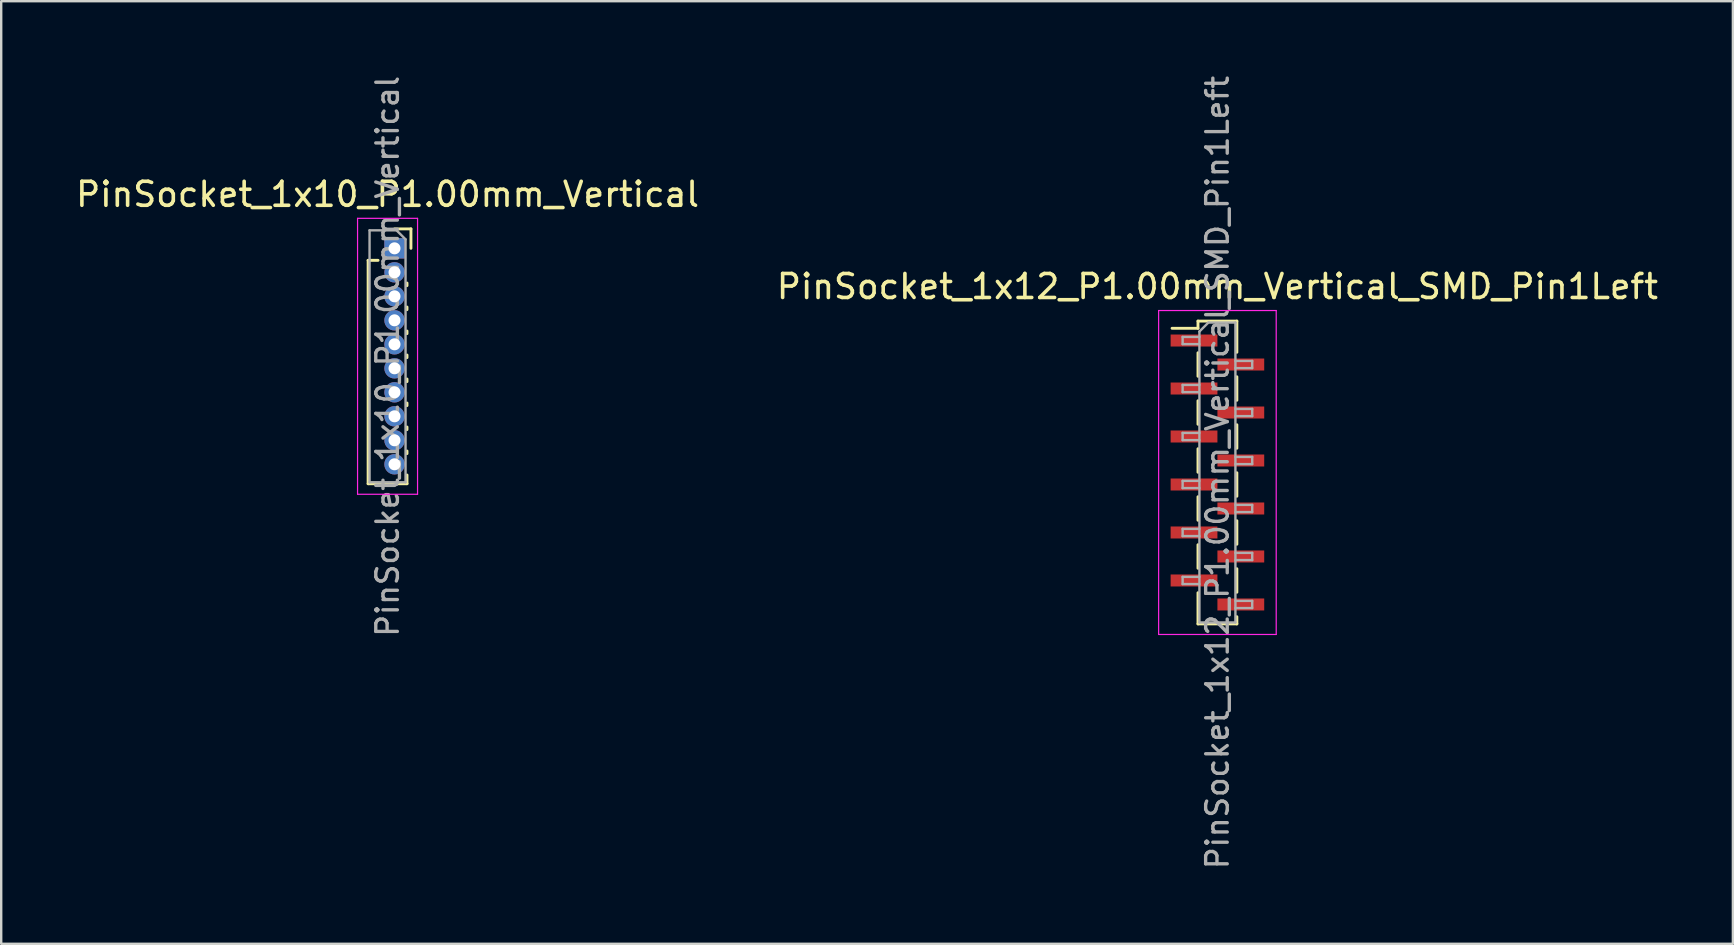
<source format=kicad_pcb>
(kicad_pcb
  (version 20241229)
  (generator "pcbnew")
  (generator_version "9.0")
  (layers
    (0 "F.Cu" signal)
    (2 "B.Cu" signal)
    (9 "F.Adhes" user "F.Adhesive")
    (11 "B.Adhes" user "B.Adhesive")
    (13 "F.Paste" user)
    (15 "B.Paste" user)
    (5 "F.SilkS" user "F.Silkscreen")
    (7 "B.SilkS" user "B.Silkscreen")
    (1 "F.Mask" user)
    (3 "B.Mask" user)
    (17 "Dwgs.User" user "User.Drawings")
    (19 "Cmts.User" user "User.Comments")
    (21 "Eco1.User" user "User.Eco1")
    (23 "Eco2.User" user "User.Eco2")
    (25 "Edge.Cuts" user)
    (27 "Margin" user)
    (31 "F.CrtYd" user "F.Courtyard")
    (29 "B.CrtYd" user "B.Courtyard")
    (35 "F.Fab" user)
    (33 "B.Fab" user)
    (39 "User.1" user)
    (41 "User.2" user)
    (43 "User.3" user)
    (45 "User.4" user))
  (footprint "PinSocket_1x10_P1.00mm_Vertical"
    (layer "F.Cu")
    (at 13.391 7.299)
    (property "Reference" "PinSocket_1x10_P1.00mm_Vertical" (at -0.29 -2.25 0) (layer "F.SilkS") (effects (font (size 1 1) (thickness 0.15))))
    (attr through_hole)
    (fp_line (start -1.1 0.5) (end -1.1 9.81) (stroke (width 0.12) (type solid)) (layer "F.SilkS"))
    (fp_line (start -1.1 0.5) (end -0.685 0.5) (stroke (width 0.12) (type solid)) (layer "F.SilkS"))
    (fp_line (start -1.1 9.81) (end 0.52 9.81) (stroke (width 0.12) (type solid)) (layer "F.SilkS"))
    (fp_line (start 0 -0.81) (end 0.685 -0.81) (stroke (width 0.12) (type solid)) (layer "F.SilkS"))
    (fp_line (start 0.52 1.446) (end 0.52 1.554) (stroke (width 0.12) (type solid)) (layer "F.SilkS"))
    (fp_line (start 0.52 2.446) (end 0.52 2.554) (stroke (width 0.12) (type solid)) (layer "F.SilkS"))
    (fp_line (start 0.52 3.446) (end 0.52 3.554) (stroke (width 0.12) (type solid)) (layer "F.SilkS"))
    (fp_line (start 0.52 4.446) (end 0.52 4.554) (stroke (width 0.12) (type solid)) (layer "F.SilkS"))
    (fp_line (start 0.52 5.446) (end 0.52 5.554) (stroke (width 0.12) (type solid)) (layer "F.SilkS"))
    (fp_line (start 0.52 6.446) (end 0.52 6.554) (stroke (width 0.12) (type solid)) (layer "F.SilkS"))
    (fp_line (start 0.52 7.446) (end 0.52 7.554) (stroke (width 0.12) (type solid)) (layer "F.SilkS"))
    (fp_line (start 0.52 8.446) (end 0.52 8.554) (stroke (width 0.12) (type solid)) (layer "F.SilkS"))
    (fp_line (start 0.52 9.446) (end 0.52 9.81) (stroke (width 0.12) (type solid)) (layer "F.SilkS"))
    (fp_line (start 0.685 -0.81) (end 0.685 0) (stroke (width 0.12) (type solid)) (layer "F.SilkS"))
    (fp_line (start -1.54 -1.25) (end 0.96 -1.25) (stroke (width 0.05) (type solid)) (layer "F.CrtYd"))
    (fp_line (start -1.54 10.25) (end -1.54 -1.25) (stroke (width 0.05) (type solid)) (layer "F.CrtYd"))
    (fp_line (start 0.96 -1.25) (end 0.96 10.25) (stroke (width 0.05) (type solid)) (layer "F.CrtYd"))
    (fp_line (start 0.96 10.25) (end -1.54 10.25) (stroke (width 0.05) (type solid)) (layer "F.CrtYd"))
    (fp_line (start -1.04 -0.75) (end 0.085 -0.75) (stroke (width 0.1) (type solid)) (layer "F.Fab"))
    (fp_line (start -1.04 9.75) (end -1.04 -0.75) (stroke (width 0.1) (type solid)) (layer "F.Fab"))
    (fp_line (start 0.085 -0.75) (end 0.46 -0.375) (stroke (width 0.1) (type solid)) (layer "F.Fab"))
    (fp_line (start 0.46 -0.375) (end 0.46 9.75) (stroke (width 0.1) (type solid)) (layer "F.Fab"))
    (fp_line (start 0.46 9.75) (end -1.04 9.75) (stroke (width 0.1) (type solid)) (layer "F.Fab"))
    (fp_text user "${REFERENCE}" (at -0.29 4.5 90) (layer "F.Fab") (effects (font (size 0.9 0.9) (thickness 0.14))))
    (pad "1" thru_hole rect (at 0 0) (size 0.85 0.85) (drill 0.5) (layers "*.Cu" "*.Mask"))
    (pad "2" thru_hole oval (at 0 1) (size 0.85 0.85) (drill 0.5) (layers "*.Cu" "*.Mask"))
    (pad "3" thru_hole oval (at 0 2) (size 0.85 0.85) (drill 0.5) (layers "*.Cu" "*.Mask"))
    (pad "4" thru_hole oval (at 0 3) (size 0.85 0.85) (drill 0.5) (layers "*.Cu" "*.Mask"))
    (pad "5" thru_hole oval (at 0 4) (size 0.85 0.85) (drill 0.5) (layers "*.Cu" "*.Mask"))
    (pad "6" thru_hole oval (at 0 5) (size 0.85 0.85) (drill 0.5) (layers "*.Cu" "*.Mask"))
    (pad "7" thru_hole oval (at 0 6) (size 0.85 0.85) (drill 0.5) (layers "*.Cu" "*.Mask"))
    (pad "8" thru_hole oval (at 0 7) (size 0.85 0.85) (drill 0.5) (layers "*.Cu" "*.Mask"))
    (pad "9" thru_hole oval (at 0 8) (size 0.85 0.85) (drill 0.5) (layers "*.Cu" "*.Mask"))
    (pad "10" thru_hole oval (at 0 9) (size 0.85 0.85) (drill 0.5) (layers "*.Cu" "*.Mask")))
  (footprint "PinSocket_1x12_P1.00mm_Vertical_SMD_Pin1Left"
    (layer "F.Cu")
    (at 47.685 16.641)
    (property "Reference" "PinSocket_1x12_P1.00mm_Vertical_SMD_Pin1Left" (at 0 -7.75 0) (layer "F.SilkS") (effects (font (size 1 1) (thickness 0.15))))
    (attr smd)
    (fp_line (start -1.89 -6.01) (end -0.81 -6.01) (stroke (width 0.12) (type solid)) (layer "F.SilkS"))
    (fp_line (start -0.81 -6.31) (end -0.81 -6.01) (stroke (width 0.12) (type solid)) (layer "F.SilkS"))
    (fp_line (start -0.81 -6.31) (end 0.81 -6.31) (stroke (width 0.12) (type solid)) (layer "F.SilkS"))
    (fp_line (start -0.81 -4.99) (end -0.81 -4.01) (stroke (width 0.12) (type solid)) (layer "F.SilkS"))
    (fp_line (start -0.81 -2.99) (end -0.81 -2.01) (stroke (width 0.12) (type solid)) (layer "F.SilkS"))
    (fp_line (start -0.81 -0.99) (end -0.81 -0.01) (stroke (width 0.12) (type solid)) (layer "F.SilkS"))
    (fp_line (start -0.81 1.01) (end -0.81 1.99) (stroke (width 0.12) (type solid)) (layer "F.SilkS"))
    (fp_line (start -0.81 3.01) (end -0.81 3.99) (stroke (width 0.12) (type solid)) (layer "F.SilkS"))
    (fp_line (start -0.81 5.01) (end -0.81 6.31) (stroke (width 0.12) (type solid)) (layer "F.SilkS"))
    (fp_line (start -0.81 6.31) (end 0.81 6.31) (stroke (width 0.12) (type solid)) (layer "F.SilkS"))
    (fp_line (start 0.81 -6.31) (end 0.81 -5.01) (stroke (width 0.12) (type solid)) (layer "F.SilkS"))
    (fp_line (start 0.81 -3.99) (end 0.81 -3.01) (stroke (width 0.12) (type solid)) (layer "F.SilkS"))
    (fp_line (start 0.81 -1.99) (end 0.81 -1.01) (stroke (width 0.12) (type solid)) (layer "F.SilkS"))
    (fp_line (start 0.81 0.01) (end 0.81 0.99) (stroke (width 0.12) (type solid)) (layer "F.SilkS"))
    (fp_line (start 0.81 2.01) (end 0.81 2.99) (stroke (width 0.12) (type solid)) (layer "F.SilkS"))
    (fp_line (start 0.81 4.01) (end 0.81 4.99) (stroke (width 0.12) (type solid)) (layer "F.SilkS"))
    (fp_line (start 0.81 6.01) (end 0.81 6.31) (stroke (width 0.12) (type solid)) (layer "F.SilkS"))
    (fp_line (start -2.45 -6.75) (end 2.45 -6.75) (stroke (width 0.05) (type solid)) (layer "F.CrtYd"))
    (fp_line (start -2.45 6.75) (end -2.45 -6.75) (stroke (width 0.05) (type solid)) (layer "F.CrtYd"))
    (fp_line (start 2.45 -6.75) (end 2.45 6.75) (stroke (width 0.05) (type solid)) (layer "F.CrtYd"))
    (fp_line (start 2.45 6.75) (end -2.45 6.75) (stroke (width 0.05) (type solid)) (layer "F.CrtYd"))
    (fp_line (start -1.45 -5.65) (end -0.75 -5.65) (stroke (width 0.1) (type solid)) (layer "F.Fab"))
    (fp_line (start -1.45 -5.35) (end -1.45 -5.65) (stroke (width 0.1) (type solid)) (layer "F.Fab"))
    (fp_line (start -1.45 -3.65) (end -0.75 -3.65) (stroke (width 0.1) (type solid)) (layer "F.Fab"))
    (fp_line (start -1.45 -3.35) (end -1.45 -3.65) (stroke (width 0.1) (type solid)) (layer "F.Fab"))
    (fp_line (start -1.45 -1.65) (end -0.75 -1.65) (stroke (width 0.1) (type solid)) (layer "F.Fab"))
    (fp_line (start -1.45 -1.35) (end -1.45 -1.65) (stroke (width 0.1) (type solid)) (layer "F.Fab"))
    (fp_line (start -1.45 0.35) (end -0.75 0.35) (stroke (width 0.1) (type solid)) (layer "F.Fab"))
    (fp_line (start -1.45 0.65) (end -1.45 0.35) (stroke (width 0.1) (type solid)) (layer "F.Fab"))
    (fp_line (start -1.45 2.35) (end -0.75 2.35) (stroke (width 0.1) (type solid)) (layer "F.Fab"))
    (fp_line (start -1.45 2.65) (end -1.45 2.35) (stroke (width 0.1) (type solid)) (layer "F.Fab"))
    (fp_line (start -1.45 4.35) (end -0.75 4.35) (stroke (width 0.1) (type solid)) (layer "F.Fab"))
    (fp_line (start -1.45 4.65) (end -1.45 4.35) (stroke (width 0.1) (type solid)) (layer "F.Fab"))
    (fp_line (start -0.75 -5.875) (end -0.375 -6.25) (stroke (width 0.1) (type solid)) (layer "F.Fab"))
    (fp_line (start -0.75 -5.35) (end -1.45 -5.35) (stroke (width 0.1) (type solid)) (layer "F.Fab"))
    (fp_line (start -0.75 -3.35) (end -1.45 -3.35) (stroke (width 0.1) (type solid)) (layer "F.Fab"))
    (fp_line (start -0.75 -1.35) (end -1.45 -1.35) (stroke (width 0.1) (type solid)) (layer "F.Fab"))
    (fp_line (start -0.75 0.65) (end -1.45 0.65) (stroke (width 0.1) (type solid)) (layer "F.Fab"))
    (fp_line (start -0.75 2.65) (end -1.45 2.65) (stroke (width 0.1) (type solid)) (layer "F.Fab"))
    (fp_line (start -0.75 4.65) (end -1.45 4.65) (stroke (width 0.1) (type solid)) (layer "F.Fab"))
    (fp_line (start -0.75 6.25) (end -0.75 -5.875) (stroke (width 0.1) (type solid)) (layer "F.Fab"))
    (fp_line (start -0.375 -6.25) (end 0.75 -6.25) (stroke (width 0.1) (type solid)) (layer "F.Fab"))
    (fp_line (start 0.75 -6.25) (end 0.75 6.25) (stroke (width 0.1) (type solid)) (layer "F.Fab"))
    (fp_line (start 0.75 -4.65) (end 1.45 -4.65) (stroke (width 0.1) (type solid)) (layer "F.Fab"))
    (fp_line (start 0.75 -2.65) (end 1.45 -2.65) (stroke (width 0.1) (type solid)) (layer "F.Fab"))
    (fp_line (start 0.75 -0.65) (end 1.45 -0.65) (stroke (width 0.1) (type solid)) (layer "F.Fab"))
    (fp_line (start 0.75 1.35) (end 1.45 1.35) (stroke (width 0.1) (type solid)) (layer "F.Fab"))
    (fp_line (start 0.75 3.35) (end 1.45 3.35) (stroke (width 0.1) (type solid)) (layer "F.Fab"))
    (fp_line (start 0.75 5.35) (end 1.45 5.35) (stroke (width 0.1) (type solid)) (layer "F.Fab"))
    (fp_line (start 0.75 6.25) (end -0.75 6.25) (stroke (width 0.1) (type solid)) (layer "F.Fab"))
    (fp_line (start 1.45 -4.65) (end 1.45 -4.35) (stroke (width 0.1) (type solid)) (layer "F.Fab"))
    (fp_line (start 1.45 -4.35) (end 0.75 -4.35) (stroke (width 0.1) (type solid)) (layer "F.Fab"))
    (fp_line (start 1.45 -2.65) (end 1.45 -2.35) (stroke (width 0.1) (type solid)) (layer "F.Fab"))
    (fp_line (start 1.45 -2.35) (end 0.75 -2.35) (stroke (width 0.1) (type solid)) (layer "F.Fab"))
    (fp_line (start 1.45 -0.65) (end 1.45 -0.35) (stroke (width 0.1) (type solid)) (layer "F.Fab"))
    (fp_line (start 1.45 -0.35) (end 0.75 -0.35) (stroke (width 0.1) (type solid)) (layer "F.Fab"))
    (fp_line (start 1.45 1.35) (end 1.45 1.65) (stroke (width 0.1) (type solid)) (layer "F.Fab"))
    (fp_line (start 1.45 1.65) (end 0.75 1.65) (stroke (width 0.1) (type solid)) (layer "F.Fab"))
    (fp_line (start 1.45 3.35) (end 1.45 3.65) (stroke (width 0.1) (type solid)) (layer "F.Fab"))
    (fp_line (start 1.45 3.65) (end 0.75 3.65) (stroke (width 0.1) (type solid)) (layer "F.Fab"))
    (fp_line (start 1.45 5.35) (end 1.45 5.65) (stroke (width 0.1) (type solid)) (layer "F.Fab"))
    (fp_line (start 1.45 5.65) (end 0.75 5.65) (stroke (width 0.1) (type solid)) (layer "F.Fab"))
    (fp_text user "${REFERENCE}" (at 0 0 90) (layer "F.Fab") (effects (font (size 0.9 0.9) (thickness 0.14))))
    (pad "1" smd rect (at -0.975 -5.5) (size 1.95 0.5) (layers "F.Cu" "F.Mask" "F.Paste"))
    (pad "2" smd rect (at 0.975 -4.5) (size 1.95 0.5) (layers "F.Cu" "F.Mask" "F.Paste"))
    (pad "3" smd rect (at -0.975 -3.5) (size 1.95 0.5) (layers "F.Cu" "F.Mask" "F.Paste"))
    (pad "4" smd rect (at 0.975 -2.5) (size 1.95 0.5) (layers "F.Cu" "F.Mask" "F.Paste"))
    (pad "5" smd rect (at -0.975 -1.5) (size 1.95 0.5) (layers "F.Cu" "F.Mask" "F.Paste"))
    (pad "6" smd rect (at 0.975 -0.5) (size 1.95 0.5) (layers "F.Cu" "F.Mask" "F.Paste"))
    (pad "7" smd rect (at -0.975 0.5) (size 1.95 0.5) (layers "F.Cu" "F.Mask" "F.Paste"))
    (pad "8" smd rect (at 0.975 1.5) (size 1.95 0.5) (layers "F.Cu" "F.Mask" "F.Paste"))
    (pad "9" smd rect (at -0.975 2.5) (size 1.95 0.5) (layers "F.Cu" "F.Mask" "F.Paste"))
    (pad "10" smd rect (at 0.975 3.5) (size 1.95 0.5) (layers "F.Cu" "F.Mask" "F.Paste"))
    (pad "11" smd rect (at -0.975 4.5) (size 1.95 0.5) (layers "F.Cu" "F.Mask" "F.Paste"))
    (pad "12" smd rect (at 0.975 5.5) (size 1.95 0.5) (layers "F.Cu" "F.Mask" "F.Paste")))
  (gr_rect
    (start -3 -3)
    (end 69.167 36.283)
    (stroke (width 0.1) (type default))
    (fill no)
    (layer "Edge.Cuts")))
</source>
